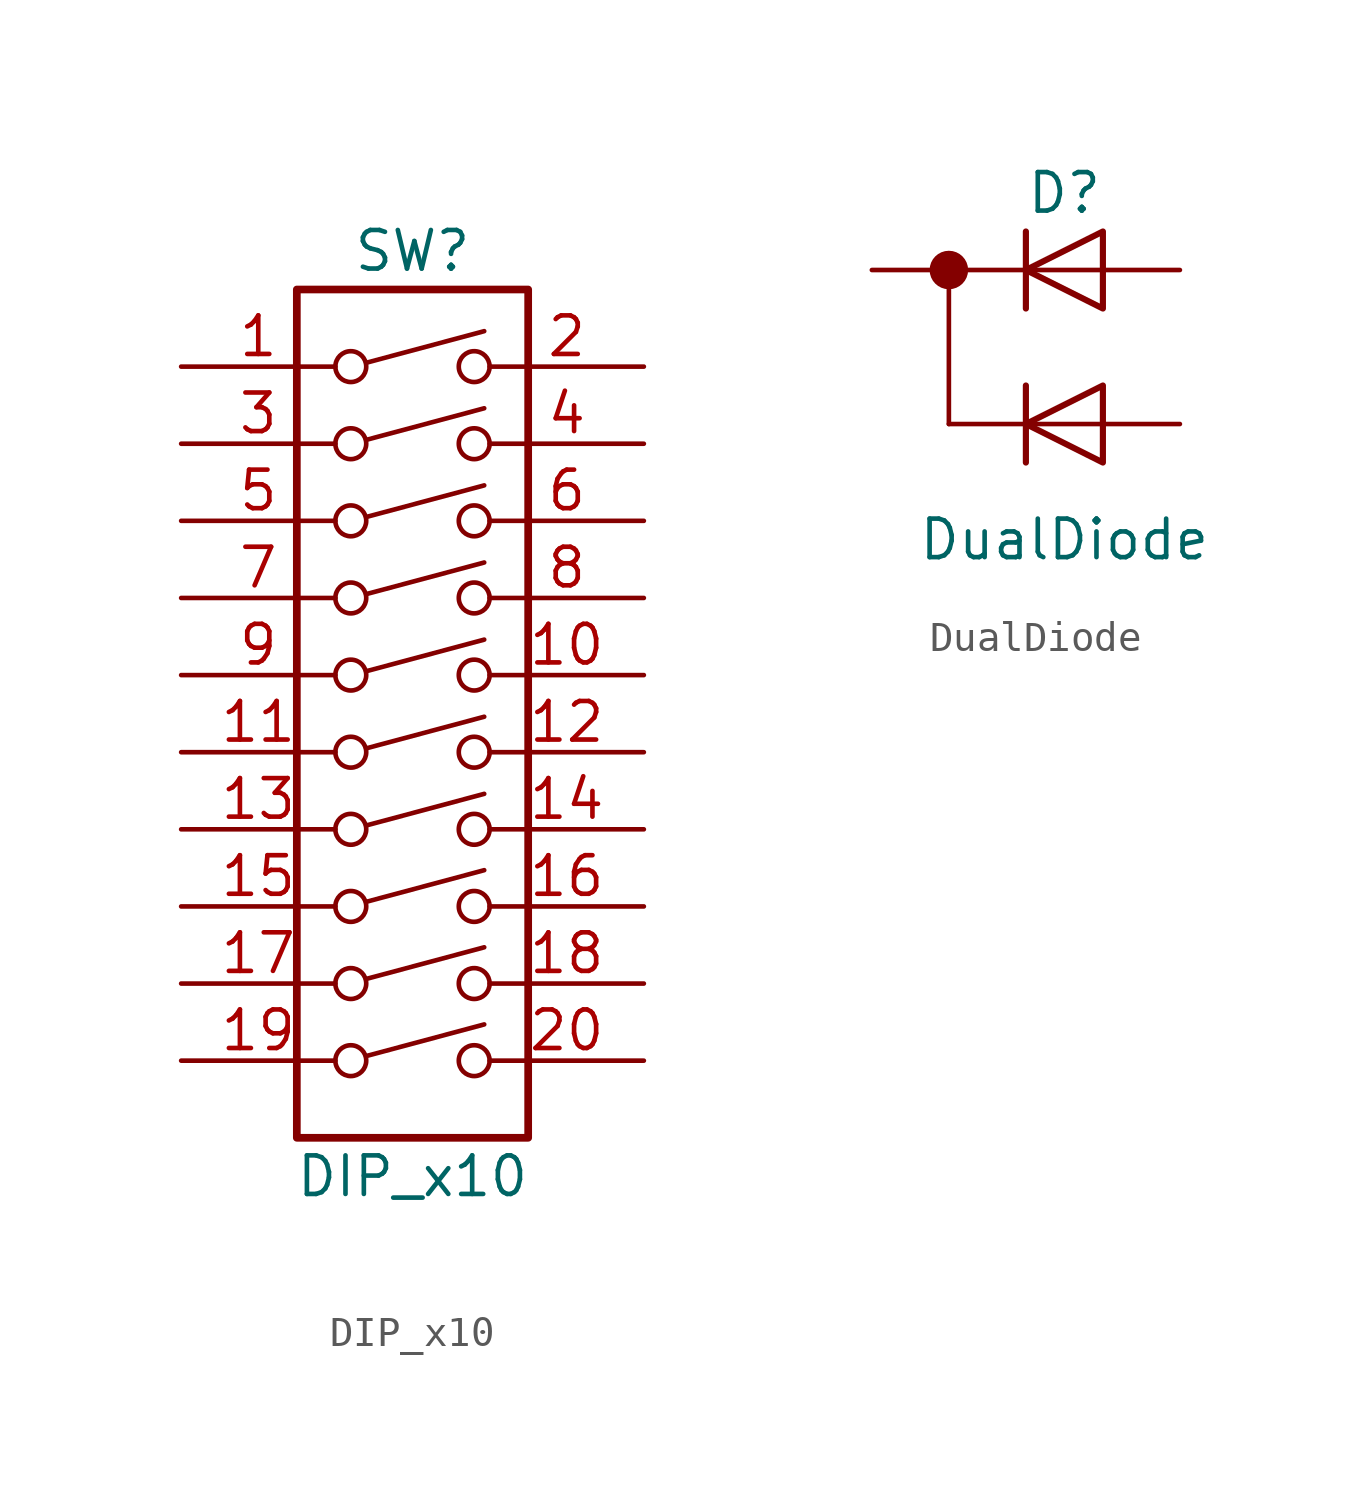
<source format=kicad_sym>
(kicad_symbol_lib
  (version 20220914)
  (generator kicad_symbol_editor)
  (symbol "DIP_x10"
    (pin_names
      (offset 0) hide)
    (property "Reference" "SW"
      (at 0 19.05 0)
      (effects (font (size 1.27 1.27))))
    (property "Value" "DIP_x10"
      (at 0 -11.43 0)
      (effects (font (size 1.27 1.27))))
    (symbol "DIP_x10_0_0"
      (circle (center -2.032 -7.62) (radius 0.508) (stroke (width 0) (type solid)) (fill (type none)))
      (circle (center -2.032 -5.08) (radius 0.508) (stroke (width 0) (type solid)) (fill (type none)))
      (circle (center -2.032 -2.54) (radius 0.508) (stroke (width 0) (type solid)) (fill (type none)))
      (circle (center -2.032 0) (radius 0.508) (stroke (width 0) (type solid)) (fill (type none)))
      (circle (center -2.032 2.54) (radius 0.508) (stroke (width 0) (type solid)) (fill (type none)))
      (circle (center -2.032 5.08) (radius 0.508) (stroke (width 0) (type solid)) (fill (type none)))
      (circle (center -2.032 7.62) (radius 0.508) (stroke (width 0) (type solid)) (fill (type none)))
      (circle (center -2.032 10.16) (radius 0.508) (stroke (width 0) (type solid)) (fill (type none)))
      (circle (center -2.032 12.7) (radius 0.508) (stroke (width 0) (type solid)) (fill (type none)))
      (circle (center -2.032 15.24) (radius 0.508) (stroke (width 0) (type solid)) (fill (type none)))
      (polyline (pts (xy -1.524 -7.468) (xy 2.362 -6.426)) (stroke (width 0) (type solid)) (fill (type none)))
      (polyline (pts (xy -1.524 -4.928) (xy 2.362 -3.886)) (stroke (width 0) (type solid)) (fill (type none)))
      (polyline (pts (xy -1.524 -2.388) (xy 2.362 -1.346)) (stroke (width 0) (type solid)) (fill (type none)))
      (polyline (pts (xy -1.524 0.127) (xy 2.362 1.168)) (stroke (width 0) (type solid)) (fill (type none)))
      (polyline (pts (xy -1.524 2.667) (xy 2.362 3.708)) (stroke (width 0) (type solid)) (fill (type none)))
      (polyline (pts (xy -1.524 5.207) (xy 2.362 6.248)) (stroke (width 0) (type solid)) (fill (type none)))
      (polyline (pts (xy -1.524 7.747) (xy 2.362 8.788)) (stroke (width 0) (type solid)) (fill (type none)))
      (polyline (pts (xy -1.524 10.287) (xy 2.362 11.328)) (stroke (width 0) (type solid)) (fill (type none)))
      (polyline (pts (xy -1.524 12.827) (xy 2.362 13.868)) (stroke (width 0) (type solid)) (fill (type none)))
      (polyline (pts (xy -1.524 15.367) (xy 2.362 16.408)) (stroke (width 0) (type solid)) (fill (type none)))
      (circle (center 2.032 -7.62) (radius 0.508) (stroke (width 0) (type solid)) (fill (type none)))
      (circle (center 2.032 -5.08) (radius 0.508) (stroke (width 0) (type solid)) (fill (type none)))
      (circle (center 2.032 -2.54) (radius 0.508) (stroke (width 0) (type solid)) (fill (type none)))
      (circle (center 2.032 0) (radius 0.508) (stroke (width 0) (type solid)) (fill (type none)))
      (circle (center 2.032 2.54) (radius 0.508) (stroke (width 0) (type solid)) (fill (type none)))
      (circle (center 2.032 5.08) (radius 0.508) (stroke (width 0) (type solid)) (fill (type none)))
      (circle (center 2.032 7.62) (radius 0.508) (stroke (width 0) (type solid)) (fill (type none)))
      (circle (center 2.032 10.16) (radius 0.508) (stroke (width 0) (type solid)) (fill (type none)))
      (circle (center 2.032 12.7) (radius 0.508) (stroke (width 0) (type solid)) (fill (type none)))
      (circle (center 2.032 15.24) (radius 0.508) (stroke (width 0) (type solid)) (fill (type none))))
    (symbol "DIP_x10_0_1"
      (rectangle (start -3.81 17.78) (end 3.81 -10.16) (stroke (width 0.254) (type solid)) (fill (type none))))
    (symbol "DIP_x10_1_1"
      (pin passive line (at -7.62 15.24 0) (length 5.08) (name "~" (effects (font (size 1.27 1.27)))) (number "1" (effects (font (size 1.27 1.27)))))
      (pin passive line (at 7.62 5.08 180) (length 5.08) (name "~" (effects (font (size 1.27 1.27)))) (number "10" (effects (font (size 1.27 1.27)))))
      (pin passive line (at -7.62 2.54 0) (length 5.08) (name "~" (effects (font (size 1.27 1.27)))) (number "11" (effects (font (size 1.27 1.27)))))
      (pin passive line (at 7.62 2.54 180) (length 5.08) (name "~" (effects (font (size 1.27 1.27)))) (number "12" (effects (font (size 1.27 1.27)))))
      (pin passive line (at -7.62 0 0) (length 5.08) (name "~" (effects (font (size 1.27 1.27)))) (number "13" (effects (font (size 1.27 1.27)))))
      (pin passive line (at 7.62 0 180) (length 5.08) (name "~" (effects (font (size 1.27 1.27)))) (number "14" (effects (font (size 1.27 1.27)))))
      (pin passive line (at -7.62 -2.54 0) (length 5.08) (name "~" (effects (font (size 1.27 1.27)))) (number "15" (effects (font (size 1.27 1.27)))))
      (pin passive line (at 7.62 -2.54 180) (length 5.08) (name "~" (effects (font (size 1.27 1.27)))) (number "16" (effects (font (size 1.27 1.27)))))
      (pin passive line (at -7.62 -5.08 0) (length 5.08) (name "~" (effects (font (size 1.27 1.27)))) (number "17" (effects (font (size 1.27 1.27)))))
      (pin passive line (at 7.62 -5.08 180) (length 5.08) (name "~" (effects (font (size 1.27 1.27)))) (number "18" (effects (font (size 1.27 1.27)))))
      (pin passive line (at -7.62 -7.62 0) (length 5.08) (name "~" (effects (font (size 1.27 1.27)))) (number "19" (effects (font (size 1.27 1.27)))))
      (pin passive line (at 7.62 15.24 180) (length 5.08) (name "~" (effects (font (size 1.27 1.27)))) (number "2" (effects (font (size 1.27 1.27)))))
      (pin passive line (at 7.62 -7.62 180) (length 5.08) (name "~" (effects (font (size 1.27 1.27)))) (number "20" (effects (font (size 1.27 1.27)))))
      (pin passive line (at -7.62 12.7 0) (length 5.08) (name "~" (effects (font (size 1.27 1.27)))) (number "3" (effects (font (size 1.27 1.27)))))
      (pin passive line (at 7.62 12.7 180) (length 5.08) (name "~" (effects (font (size 1.27 1.27)))) (number "4" (effects (font (size 1.27 1.27)))))
      (pin passive line (at -7.62 10.16 0) (length 5.08) (name "~" (effects (font (size 1.27 1.27)))) (number "5" (effects (font (size 1.27 1.27)))))
      (pin passive line (at 7.62 10.16 180) (length 5.08) (name "~" (effects (font (size 1.27 1.27)))) (number "6" (effects (font (size 1.27 1.27)))))
      (pin passive line (at -7.62 7.62 0) (length 5.08) (name "~" (effects (font (size 1.27 1.27)))) (number "7" (effects (font (size 1.27 1.27)))))
      (pin passive line (at 7.62 7.62 180) (length 5.08) (name "~" (effects (font (size 1.27 1.27)))) (number "8" (effects (font (size 1.27 1.27)))))
      (pin passive line (at -7.62 5.08 0) (length 5.08) (name "~" (effects (font (size 1.27 1.27)))) (number "9" (effects (font (size 1.27 1.27)))))))
  (symbol "DualDiode"
    (pin_numbers hide)
    (pin_names
      (offset 1.016) hide)
    (property "Reference" "D"
      (at 3.81 2.54 0)
      (effects (font (size 1.27 1.27))))
    (property "Value" "DualDiode"
      (at 3.81 -8.89 0)
      (effects (font (size 1.27 1.27))))
    (symbol "DualDiode_1_1"
      (circle (center 0 0) (radius 0.0001) (stroke (width 0.635) (type solid)) (fill (type none)))
      (polyline (pts (xy 0 0) (xy 0 -5.08)) (stroke (width 0) (type solid)) (fill (type none)))
      (polyline (pts (xy 2.54 -3.81) (xy 2.54 -6.35)) (stroke (width 0.203) (type solid)) (fill (type none)))
      (polyline (pts (xy 5.08 0) (xy 0 0)) (stroke (width 0) (type solid)) (fill (type none)))
      (polyline (pts (xy 2.54 1.27) (xy 2.54 0) (xy 2.54 -1.27)) (stroke (width 0.203) (type solid)) (fill (type none)))
      (polyline (pts (xy 5.08 -5.08) (xy 0 -5.08) (xy 2.54 -5.08)) (stroke (width 0) (type solid)) (fill (type none)))
      (polyline (pts (xy 5.08 -3.81) (xy 5.08 -6.35) (xy 2.54 -5.08) (xy 5.08 -3.81)) (stroke (width 0.203) (type solid)) (fill (type none)))
      (polyline (pts (xy 5.08 1.27) (xy 5.08 -1.27) (xy 2.54 0) (xy 5.08 1.27)) (stroke (width 0.203) (type solid)) (fill (type none)))
      (pin passive line (at 7.62 0 180) (length 2.54) (name "A" (effects (font (size 1.27 1.27)))) (number "1" (effects (font (size 1.27 1.27)))))
      (pin passive line (at -2.54 0 0) (length 2.54) (name "K" (effects (font (size 1.27 1.27)))) (number "2" (effects (font (size 1.27 1.27)))))
      (pin passive line (at 7.62 -5.08 180) (length 2.54) (name "A" (effects (font (size 1.27 1.27)))) (number "3" (effects (font (size 1.27 1.27))))))))
</source>
